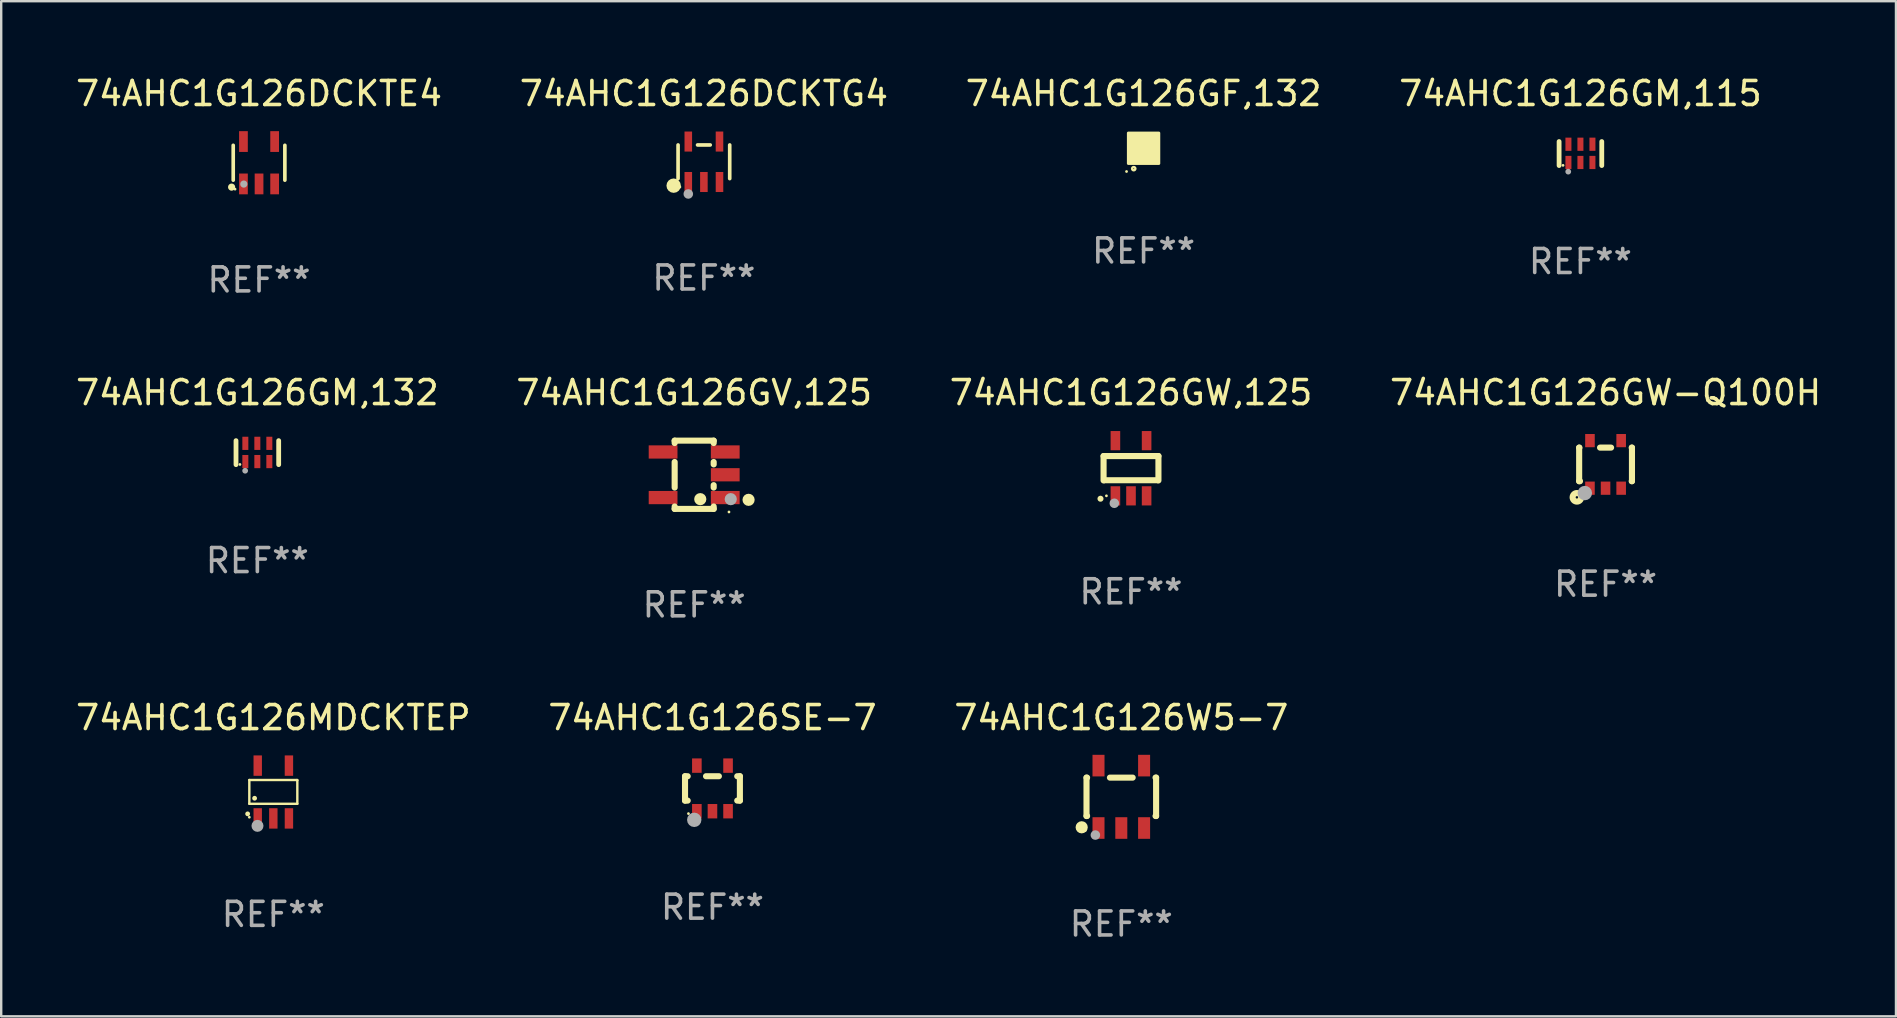
<source format=kicad_pcb>
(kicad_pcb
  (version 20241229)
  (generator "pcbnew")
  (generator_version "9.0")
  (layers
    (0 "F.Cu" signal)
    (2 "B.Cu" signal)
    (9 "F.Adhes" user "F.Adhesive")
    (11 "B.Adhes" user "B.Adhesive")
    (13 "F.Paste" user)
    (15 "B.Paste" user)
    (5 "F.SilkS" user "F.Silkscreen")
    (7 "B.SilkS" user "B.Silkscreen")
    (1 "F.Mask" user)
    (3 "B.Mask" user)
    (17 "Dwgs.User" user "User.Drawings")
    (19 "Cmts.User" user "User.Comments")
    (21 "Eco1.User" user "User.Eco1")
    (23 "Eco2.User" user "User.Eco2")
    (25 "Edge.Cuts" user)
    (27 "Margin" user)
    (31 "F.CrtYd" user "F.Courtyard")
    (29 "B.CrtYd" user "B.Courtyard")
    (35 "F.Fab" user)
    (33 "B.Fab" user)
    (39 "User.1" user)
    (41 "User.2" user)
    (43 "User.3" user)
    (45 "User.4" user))
  (footprint "74AHC1G126SE-7"
    (layer "F.Cu")
    (at 26.637 29.802)
    (property "Reference" "74AHC1G126SE-7" (at 0 -2.95 0) (layer "F.SilkS") (effects (font (size 1 1) (thickness 0.15))))
    (attr through_hole)
    (fp_line (start -1.143 -0.508) (end -1.032 -0.508) (stroke (width 0.254) (type solid)) (layer "F.SilkS"))
    (fp_line (start -1.143 0.508) (end -1.143 -0.508) (stroke (width 0.254) (type solid)) (layer "F.SilkS"))
    (fp_line (start -1.032 0.508) (end -1.143 0.508) (stroke (width 0.254) (type solid)) (layer "F.SilkS"))
    (fp_line (start -0.268 -0.508) (end 0.268 -0.508) (stroke (width 0.254) (type solid)) (layer "F.SilkS"))
    (fp_line (start 1.032 -0.508) (end 1.143 -0.508) (stroke (width 0.254) (type solid)) (layer "F.SilkS"))
    (fp_line (start 1.143 -0.508) (end 1.143 0.508) (stroke (width 0.254) (type solid)) (layer "F.SilkS"))
    (fp_line (start 1.143 0.508) (end 1.032 0.508) (stroke (width 0.254) (type solid)) (layer "F.SilkS"))
    (fp_circle (center -1 1.05) (end -0.97 1.05) (stroke (width 0.06) (type solid)) (fill no) (layer "F.SilkS"))
    (fp_circle (center -0.759 1.309) (end -0.609 1.309) (stroke (width 0.3) (type solid)) (fill no) (layer "F.Fab"))
    (fp_text user "REF**" (at 0 4.95 0) (layer "F.Fab") (effects (font (size 1 1) (thickness 0.15))))
    (pad "1" smd rect (at -0.65 0.95 180) (size 0.4 0.6) (layers "F.Cu" "F.Mask" "F.Paste"))
    (pad "2" smd rect (at 0 0.95 180) (size 0.4 0.6) (layers "F.Cu" "F.Mask" "F.Paste"))
    (pad "3" smd rect (at 0.65 0.95 180) (size 0.4 0.6) (layers "F.Cu" "F.Mask" "F.Paste"))
    (pad "4" smd rect (at 0.65 -0.95 180) (size 0.4 0.6) (layers "F.Cu" "F.Mask" "F.Paste"))
    (pad "5" smd rect (at -0.65 -0.95 180) (size 0.4 0.6) (layers "F.Cu" "F.Mask" "F.Paste")))
  (footprint "74AHC1G126DCKTG4"
    (layer "F.Cu")
    (at 26.28 3.691)
    (property "Reference" "74AHC1G126DCKTG4" (at 0 -2.843 0) (layer "F.SilkS") (effects (font (size 1 1) (thickness 0.15))))
    (attr through_hole)
    (fp_line (start -1.076 0.701) (end -1.076 -0.701) (stroke (width 0.152) (type solid)) (layer "F.SilkS"))
    (fp_line (start 0.264 -0.701) (end -0.264 -0.701) (stroke (width 0.152) (type solid)) (layer "F.SilkS"))
    (fp_line (start 1.076 0.701) (end 1.076 -0.701) (stroke (width 0.152) (type solid)) (layer "F.SilkS"))
    (fp_circle (center -1.26 0.995) (end -1.11 0.995) (stroke (width 0.3) (type solid)) (fill no) (layer "F.SilkS"))
    (fp_circle (center -1 1.05) (end -0.97 1.05) (stroke (width 0.06) (type solid)) (fill no) (layer "F.SilkS"))
    (fp_circle (center -0.65 1.341) (end -0.55 1.341) (stroke (width 0.2) (type solid)) (fill no) (layer "F.Fab"))
    (fp_text user "REF**" (at 0 4.843 0) (layer "F.Fab") (effects (font (size 1 1) (thickness 0.15))))
    (pad "1" smd rect (at -0.65 0.843) (size 0.315 0.835) (layers "F.Cu" "F.Mask" "F.Paste"))
    (pad "2" smd rect (at 0.00014 0.843) (size 0.315 0.835) (layers "F.Cu" "F.Mask" "F.Paste"))
    (pad "3" smd rect (at 0.65 0.843) (size 0.315 0.835) (layers "F.Cu" "F.Mask" "F.Paste"))
    (pad "4" smd rect (at 0.65 -0.843) (size 0.315 0.835) (layers "F.Cu" "F.Mask" "F.Paste"))
    (pad "5" smd rect (at -0.65 -0.843) (size 0.315 0.835) (layers "F.Cu" "F.Mask" "F.Paste")))
  (footprint "74AHC1G126GW,125"
    (layer "F.Cu")
    (at 44.077 16.461)
    (property "Reference" "74AHC1G126GW,125" (at 0 -3.15 0) (layer "F.SilkS") (effects (font (size 1 1) (thickness 0.15))))
    (attr through_hole)
    (fp_line (start -1.143 -0.508) (end -1.143 0.508) (stroke (width 0.254) (type solid)) (layer "F.SilkS"))
    (fp_line (start -1.1 0.5) (end 1.1 0.5) (stroke (width 0.254) (type solid)) (layer "F.SilkS"))
    (fp_line (start 1.143 -0.508) (end -1.143 -0.508) (stroke (width 0.254) (type solid)) (layer "F.SilkS"))
    (fp_line (start 1.143 0.508) (end 1.143 -0.508) (stroke (width 0.254) (type solid)) (layer "F.SilkS"))
    (fp_arc (start -1.272543 1.26999) (mid -1.271273 1.269983) (end -1.270003 1.26999) (stroke (width 0.24892) (type solid)) (layer "F.SilkS"))
    (fp_circle (center -1.024 1.149) (end -0.994 1.149) (stroke (width 0.06) (type solid)) (fill no) (layer "F.SilkS"))
    (fp_circle (center -0.695 1.459) (end -0.595 1.459) (stroke (width 0.2) (type solid)) (fill no) (layer "F.Fab"))
    (fp_text user "REF**" (at 0 5.15 0) (layer "F.Fab") (effects (font (size 1 1) (thickness 0.15))))
    (pad "1" smd rect (at -0.65 1.15) (size 0.4 0.8) (layers "F.Cu" "F.Mask" "F.Paste"))
    (pad "2" smd rect (at 0 1.15) (size 0.4 0.8) (layers "F.Cu" "F.Mask" "F.Paste"))
    (pad "3" smd rect (at 0.65 1.15) (size 0.4 0.8) (layers "F.Cu" "F.Mask" "F.Paste"))
    (pad "4" smd rect (at 0.65 -1.15) (size 0.4 0.8) (layers "F.Cu" "F.Mask" "F.Paste"))
    (pad "5" smd rect (at -0.65 -1.15) (size 0.4 0.8) (layers "F.Cu" "F.Mask" "F.Paste")))
  (footprint "74AHC1G126GW-Q100H"
    (layer "F.Cu")
    (at 63.851 16.301)
    (property "Reference" "74AHC1G126GW-Q100H" (at 0 -2.991 0) (layer "F.SilkS") (effects (font (size 1 1) (thickness 0.15))))
    (attr through_hole)
    (fp_line (start -1.1 -0.7) (end -1.1 0.7) (stroke (width 0.254) (type solid)) (layer "F.SilkS"))
    (fp_line (start -1.1 -0.7) (end -1.09 -0.7) (stroke (width 0.254) (type solid)) (layer "F.SilkS"))
    (fp_line (start -1.1 0.7) (end -1.065 0.7) (stroke (width 0.254) (type solid)) (layer "F.SilkS"))
    (fp_line (start -0.23 -0.7) (end 0.23 -0.7) (stroke (width 0.254) (type solid)) (layer "F.SilkS"))
    (fp_line (start 1.09 -0.7) (end 1.1 -0.7) (stroke (width 0.254) (type solid)) (layer "F.SilkS"))
    (fp_line (start 1.09 0.7) (end 1.1 0.7) (stroke (width 0.254) (type solid)) (layer "F.SilkS"))
    (fp_line (start 1.1 -0.7) (end 1.1 0.7) (stroke (width 0.254) (type solid)) (layer "F.SilkS"))
    (fp_circle (center -1.194 1.372) (end -1.143 1.372) (stroke (width 0.254) (type solid)) (fill no) (layer "F.SilkS"))
    (fp_circle (center -1.05 1.063) (end -1.02 1.063) (stroke (width 0.06) (type solid)) (fill no) (layer "F.SilkS"))
    (fp_circle (center -0.864 1.194) (end -0.713 1.194) (stroke (width 0.3) (type solid)) (fill no) (layer "F.Fab"))
    (fp_text user "REF**" (at 0 4.991 0) (layer "F.Fab") (effects (font (size 1 1) (thickness 0.15))))
    (pad "1" smd rect (at -0.65 0.991 180) (size 0.399 0.551) (layers "F.Cu" "F.Mask" "F.Paste"))
    (pad "2" smd rect (at 0 0.991 180) (size 0.399 0.551) (layers "F.Cu" "F.Mask" "F.Paste"))
    (pad "3" smd rect (at 0.65 0.991 180) (size 0.399 0.551) (layers "F.Cu" "F.Mask" "F.Paste"))
    (pad "4" smd rect (at 0.65 -0.991 180) (size 0.399 0.551) (layers "F.Cu" "F.Mask" "F.Paste"))
    (pad "5" smd rect (at -0.65 -0.991 180) (size 0.399 0.551) (layers "F.Cu" "F.Mask" "F.Paste")))
  (footprint "74AHC1G126GV,125"
    (layer "F.Cu")
    (at 25.875 16.733)
    (property "Reference" "74AHC1G126GV,125" (at 0 -3.422 0) (layer "F.SilkS") (effects (font (size 1 1) (thickness 0.15))))
    (attr through_hole)
    (fp_line (start -0.813 -1.422) (end 0.813 -1.422) (stroke (width 0.254) (type solid)) (layer "F.SilkS"))
    (fp_line (start -0.813 -1.321) (end -0.813 -1.422) (stroke (width 0.254) (type solid)) (layer "F.SilkS"))
    (fp_line (start -0.813 0.533) (end -0.813 -0.533) (stroke (width 0.254) (type solid)) (layer "F.SilkS"))
    (fp_line (start -0.813 1.422) (end -0.813 1.321) (stroke (width 0.254) (type solid)) (layer "F.SilkS"))
    (fp_line (start 0.813 -1.422) (end 0.813 -1.321) (stroke (width 0.254) (type solid)) (layer "F.SilkS"))
    (fp_line (start 0.813 -0.533) (end 0.813 -0.432) (stroke (width 0.254) (type solid)) (layer "F.SilkS"))
    (fp_line (start 0.813 0.432) (end 0.813 0.533) (stroke (width 0.254) (type solid)) (layer "F.SilkS"))
    (fp_line (start 0.813 1.321) (end 0.813 1.422) (stroke (width 0.254) (type solid)) (layer "F.SilkS"))
    (fp_line (start 0.813 1.422) (end -0.813 1.422) (stroke (width 0.254) (type solid)) (layer "F.SilkS"))
    (fp_circle (center 0.254 1.016) (end 0.381 1.016) (stroke (width 0.254) (type solid)) (fill no) (layer "F.SilkS"))
    (fp_circle (center 1.45 1.55) (end 1.48 1.55) (stroke (width 0.06) (type solid)) (fill no) (layer "F.SilkS"))
    (fp_circle (center 2.267 1.044) (end 2.394 1.044) (stroke (width 0.254) (type solid)) (fill no) (layer "F.SilkS"))
    (fp_circle (center 1.524 1.016) (end 1.651 1.016) (stroke (width 0.254) (type solid)) (fill no) (layer "F.Fab"))
    (fp_text user "REF**" (at 0 5.422 0) (layer "F.Fab") (effects (font (size 1 1) (thickness 0.15))))
    (pad "1" smd rect (at 1.295 0.95 90) (size 0.551 1.199) (layers "F.Cu" "F.Mask" "F.Paste"))
    (pad "2" smd rect (at 1.295 0 90) (size 0.551 1.199) (layers "F.Cu" "F.Mask" "F.Paste"))
    (pad "3" smd rect (at 1.295 -0.95 90) (size 0.551 1.199) (layers "F.Cu" "F.Mask" "F.Paste"))
    (pad "4" smd rect (at -1.295 -0.95 90) (size 0.551 1.199) (layers "F.Cu" "F.Mask" "F.Paste"))
    (pad "5" smd rect (at -1.295 0.95 90) (size 0.551 1.199) (layers "F.Cu" "F.Mask" "F.Paste")))
  (footprint "74AHC1G126GM,115"
    (layer "F.Cu")
    (at 62.804 3.348)
    (property "Reference" "74AHC1G126GM,115" (at 0 -2.5 0) (layer "F.SilkS") (effects (font (size 1 1) (thickness 0.15))))
    (attr through_hole)
    (fp_line (start -0.889 0.5) (end -0.889 -0.5) (stroke (width 0.2) (type solid)) (layer "F.SilkS"))
    (fp_line (start 0.889 0.5) (end 0.889 -0.5) (stroke (width 0.2) (type solid)) (layer "F.SilkS"))
    (fp_circle (center -0.725 0.492) (end -0.695 0.492) (stroke (width 0.06) (type solid)) (fill no) (layer "F.SilkS"))
    (fp_circle (center -0.508 0.754) (end -0.448 0.754) (stroke (width 0.12) (type solid)) (fill no) (layer "F.Fab"))
    (fp_text user "REF**" (at 0 4.5 0) (layer "F.Fab") (effects (font (size 1 1) (thickness 0.15))))
    (pad "1" smd rect (at -0.5 0.372) (size 0.25 0.55) (layers "F.Cu" "F.Mask" "F.Paste"))
    (pad "2" smd rect (at -0.000127 0.372) (size 0.25 0.55) (layers "F.Cu" "F.Mask" "F.Paste"))
    (pad "3" smd rect (at 0.5 0.372) (size 0.25 0.55) (layers "F.Cu" "F.Mask" "F.Paste"))
    (pad "4" smd rect (at 0.5 -0.388 180) (size 0.25 0.55) (layers "F.Cu" "F.Mask" "F.Paste"))
    (pad "5" smd rect (at -0.000127 -0.388 180) (size 0.25 0.55) (layers "F.Cu" "F.Mask" "F.Paste"))
    (pad "6" smd rect (at -0.5 -0.388 180) (size 0.25 0.55) (layers "F.Cu" "F.Mask" "F.Paste")))
  (footprint "74AHC1G126DCKTE4"
    (layer "F.Cu")
    (at 7.744 3.731)
    (property "Reference" "74AHC1G126DCKTE4" (at 0 -2.883 0) (layer "F.SilkS") (effects (font (size 1 1) (thickness 0.15))))
    (attr through_hole)
    (fp_line (start -1.076 0.726) (end -1.076 -0.726) (stroke (width 0.152) (type solid)) (layer "F.SilkS"))
    (fp_line (start 1.076 0.726) (end 1.076 -0.726) (stroke (width 0.152) (type solid)) (layer "F.SilkS"))
    (fp_circle (center -1.143 1.016) (end -1.068 1.016) (stroke (width 0.15) (type solid)) (fill no) (layer "F.SilkS"))
    (fp_circle (center -1 1.1) (end -0.97 1.1) (stroke (width 0.06) (type solid)) (fill no) (layer "F.SilkS"))
    (fp_circle (center -0.635 0.889) (end -0.56 0.889) (stroke (width 0.15) (type solid)) (fill no) (layer "F.Fab"))
    (fp_text user "REF**" (at 0 4.883 0) (layer "F.Fab") (effects (font (size 1 1) (thickness 0.15))))
    (pad "1" smd rect (at -0.65 0.883) (size 0.364 0.866) (layers "F.Cu" "F.Mask" "F.Paste"))
    (pad "2" smd rect (at 0 0.883) (size 0.364 0.866) (layers "F.Cu" "F.Mask" "F.Paste"))
    (pad "3" smd rect (at 0.65 0.883) (size 0.364 0.866) (layers "F.Cu" "F.Mask" "F.Paste"))
    (pad "4" smd rect (at 0.65 -0.883) (size 0.364 0.866) (layers "F.Cu" "F.Mask" "F.Paste"))
    (pad "5" smd rect (at -0.65 -0.883) (size 0.364 0.866) (layers "F.Cu" "F.Mask" "F.Paste")))
  (footprint "74AHC1G126GM,132"
    (layer "F.Cu")
    (at 7.673 15.811)
    (property "Reference" "74AHC1G126GM,132" (at 0 -2.5 0) (layer "F.SilkS") (effects (font (size 1 1) (thickness 0.15))))
    (attr through_hole)
    (fp_line (start -0.889 0.5) (end -0.889 -0.5) (stroke (width 0.2) (type solid)) (layer "F.SilkS"))
    (fp_line (start 0.889 0.5) (end 0.889 -0.5) (stroke (width 0.2) (type solid)) (layer "F.SilkS"))
    (fp_circle (center -0.725 0.492) (end -0.695 0.492) (stroke (width 0.06) (type solid)) (fill no) (layer "F.SilkS"))
    (fp_circle (center -0.508 0.754) (end -0.448 0.754) (stroke (width 0.12) (type solid)) (fill no) (layer "F.Fab"))
    (fp_text user "REF**" (at 0 4.5 0) (layer "F.Fab") (effects (font (size 1 1) (thickness 0.15))))
    (pad "1" smd rect (at -0.5 0.372) (size 0.25 0.55) (layers "F.Cu" "F.Mask" "F.Paste"))
    (pad "2" smd rect (at -0.000127 0.372) (size 0.25 0.55) (layers "F.Cu" "F.Mask" "F.Paste"))
    (pad "3" smd rect (at 0.5 0.372) (size 0.25 0.55) (layers "F.Cu" "F.Mask" "F.Paste"))
    (pad "4" smd rect (at 0.5 -0.388 180) (size 0.25 0.55) (layers "F.Cu" "F.Mask" "F.Paste"))
    (pad "5" smd rect (at -0.000127 -0.388 180) (size 0.25 0.55) (layers "F.Cu" "F.Mask" "F.Paste"))
    (pad "6" smd rect (at -0.5 -0.388 180) (size 0.25 0.55) (layers "F.Cu" "F.Mask" "F.Paste")))
  (footprint "74AHC1G126W5-7"
    (layer "F.Cu")
    (at 43.673 30.152)
    (property "Reference" "74AHC1G126W5-7" (at 0 -3.3 0) (layer "F.SilkS") (effects (font (size 1 1) (thickness 0.15))))
    (attr through_hole)
    (fp_line (start -1.45 0.8) (end -1.45 -0.8) (stroke (width 0.254) (type solid)) (layer "F.SilkS"))
    (fp_line (start -1.45 0.8) (end -1.426 0.8) (stroke (width 0.254) (type solid)) (layer "F.SilkS"))
    (fp_line (start -1.426 -0.8) (end -1.45 -0.8) (stroke (width 0.254) (type solid)) (layer "F.SilkS"))
    (fp_line (start 0.474 -0.8) (end -0.474 -0.8) (stroke (width 0.254) (type solid)) (layer "F.SilkS"))
    (fp_line (start 1.426 0.8) (end 1.45 0.8) (stroke (width 0.254) (type solid)) (layer "F.SilkS"))
    (fp_line (start 1.45 -0.8) (end 1.426 -0.8) (stroke (width 0.254) (type solid)) (layer "F.SilkS"))
    (fp_line (start 1.45 0.8) (end 1.45 -0.8) (stroke (width 0.254) (type solid)) (layer "F.SilkS"))
    (fp_circle (center -1.651 1.27) (end -1.524 1.27) (stroke (width 0.254) (type solid)) (fill no) (layer "F.SilkS"))
    (fp_circle (center -1.5 1.4) (end -1.47 1.4) (stroke (width 0.06) (type solid)) (fill no) (layer "F.SilkS"))
    (fp_circle (center -1.081 1.593) (end -0.981 1.593) (stroke (width 0.2) (type solid)) (fill no) (layer "F.Fab"))
    (fp_text user "REF**" (at 0 5.3 0) (layer "F.Fab") (effects (font (size 1 1) (thickness 0.15))))
    (pad "1" smd rect (at -0.95 1.3) (size 0.5 0.9) (layers "F.Cu" "F.Mask" "F.Paste"))
    (pad "2" smd rect (at 0 1.3) (size 0.5 0.9) (layers "F.Cu" "F.Mask" "F.Paste"))
    (pad "3" smd rect (at 0.95 1.3) (size 0.5 0.9) (layers "F.Cu" "F.Mask" "F.Paste"))
    (pad "4" smd rect (at 0.95 -1.3) (size 0.5 0.9) (layers "F.Cu" "F.Mask" "F.Paste"))
    (pad "5" smd rect (at -0.95 -1.3) (size 0.5 0.9) (layers "F.Cu" "F.Mask" "F.Paste")))
  (footprint "74AHC1G126MDCKTEP"
    (layer "F.Cu")
    (at 8.339 29.952)
    (property "Reference" "74AHC1G126MDCKTEP" (at 0 -3.1 0) (layer "F.SilkS") (effects (font (size 1 1) (thickness 0.15))))
    (attr through_hole)
    (fp_line (start -1 -0.5) (end -1 0.49) (stroke (width 0.1) (type solid)) (layer "F.SilkS"))
    (fp_line (start -1 0.49) (end 1 0.49) (stroke (width 0.1) (type solid)) (layer "F.SilkS"))
    (fp_line (start 0.99 -0.5) (end -1 -0.5) (stroke (width 0.1) (type solid)) (layer "F.SilkS"))
    (fp_line (start 1 -0.49) (end 0.99 -0.5) (stroke (width 0.1) (type solid)) (layer "F.SilkS"))
    (fp_line (start 1 0.49) (end 1 -0.49) (stroke (width 0.1) (type solid)) (layer "F.SilkS"))
    (fp_circle (center -1.07 0.91) (end -1.02 0.91) (stroke (width 0.1) (type solid)) (fill no) (layer "F.SilkS"))
    (fp_circle (center -1 1.05) (end -0.97 1.05) (stroke (width 0.06) (type solid)) (fill no) (layer "F.SilkS"))
    (fp_circle (center -0.78 0.26) (end -0.73 0.26) (stroke (width 0.1) (type solid)) (fill no) (layer "F.SilkS"))
    (fp_circle (center -0.66 1.41) (end -0.535 1.41) (stroke (width 0.25) (type solid)) (fill no) (layer "F.Fab"))
    (fp_text user "REF**" (at 0 5.1 0) (layer "F.Fab") (effects (font (size 1 1) (thickness 0.15))))
    (pad "1" smd rect (at -0.65 1.1) (size 0.35 0.85) (layers "F.Cu" "F.Mask" "F.Paste"))
    (pad "2" smd rect (at 0.000051 1.1) (size 0.35 0.85) (layers "F.Cu" "F.Mask" "F.Paste"))
    (pad "3" smd rect (at 0.65 1.1) (size 0.35 0.85) (layers "F.Cu" "F.Mask" "F.Paste"))
    (pad "4" smd rect (at 0.65 -1.1) (size 0.35 0.85) (layers "F.Cu" "F.Mask" "F.Paste"))
    (pad "5" smd rect (at -0.65 -1.1) (size 0.35 0.85) (layers "F.Cu" "F.Mask" "F.Paste")))
  (footprint "74AHC1G126GF,132"
    (layer "F.Cu")
    (at 44.601 3.128)
    (property "Reference" "74AHC1G126GF,132" (at 0 -2.28 0) (layer "F.SilkS") (effects (font (size 1 1) (thickness 0.15))))
    (attr through_hole)
    (fp_circle (center -0.71 0.968) (end -0.68 0.968) (stroke (width 0.06) (type solid)) (fill no) (layer "F.SilkS"))
    (fp_circle (center -0.41 0.85) (end -0.342 0.85) (stroke (width 0.1) (type solid)) (fill no) (layer "F.SilkS"))
    (fp_poly (pts (xy -0.635 -0.635) (xy 0.635 -0.635) (xy 0.635 0.635) (xy -0.635 0.635)) (stroke (width 0.12) (type solid)) (fill yes) (layer "F.SilkS"))
    (fp_text user "REF**" (at 0 4.28 0) (layer "F.Fab") (effects (font (size 1 1) (thickness 0.15))))
    (pad "1" smd rect (at -0.35 0.28 90) (size 0.35 0.2) (layers "F.Cu" "F.Mask" "F.Paste"))
    (pad "2" smd rect (at 0 0.28 90) (size 0.35 0.2) (layers "F.Cu" "F.Mask" "F.Paste"))
    (pad "3" smd rect (at 0.35 0.28 90) (size 0.35 0.2) (layers "F.Cu" "F.Mask" "F.Paste"))
    (pad "4" smd rect (at 0.35 -0.28 90) (size 0.35 0.2) (layers "F.Cu" "F.Mask" "F.Paste"))
    (pad "5" smd rect (at 0 -0.28 90) (size 0.35 0.2) (layers "F.Cu" "F.Mask" "F.Paste"))
    (pad "6" smd rect (at -0.35 -0.28 90) (size 0.35 0.2) (layers "F.Cu" "F.Mask" "F.Paste")))
  (gr_rect
    (start -3 -3)
    (end 75.952 39.3)
    (stroke (width 0.1) (type default))
    (fill no)
    (layer "Edge.Cuts")))
</source>
